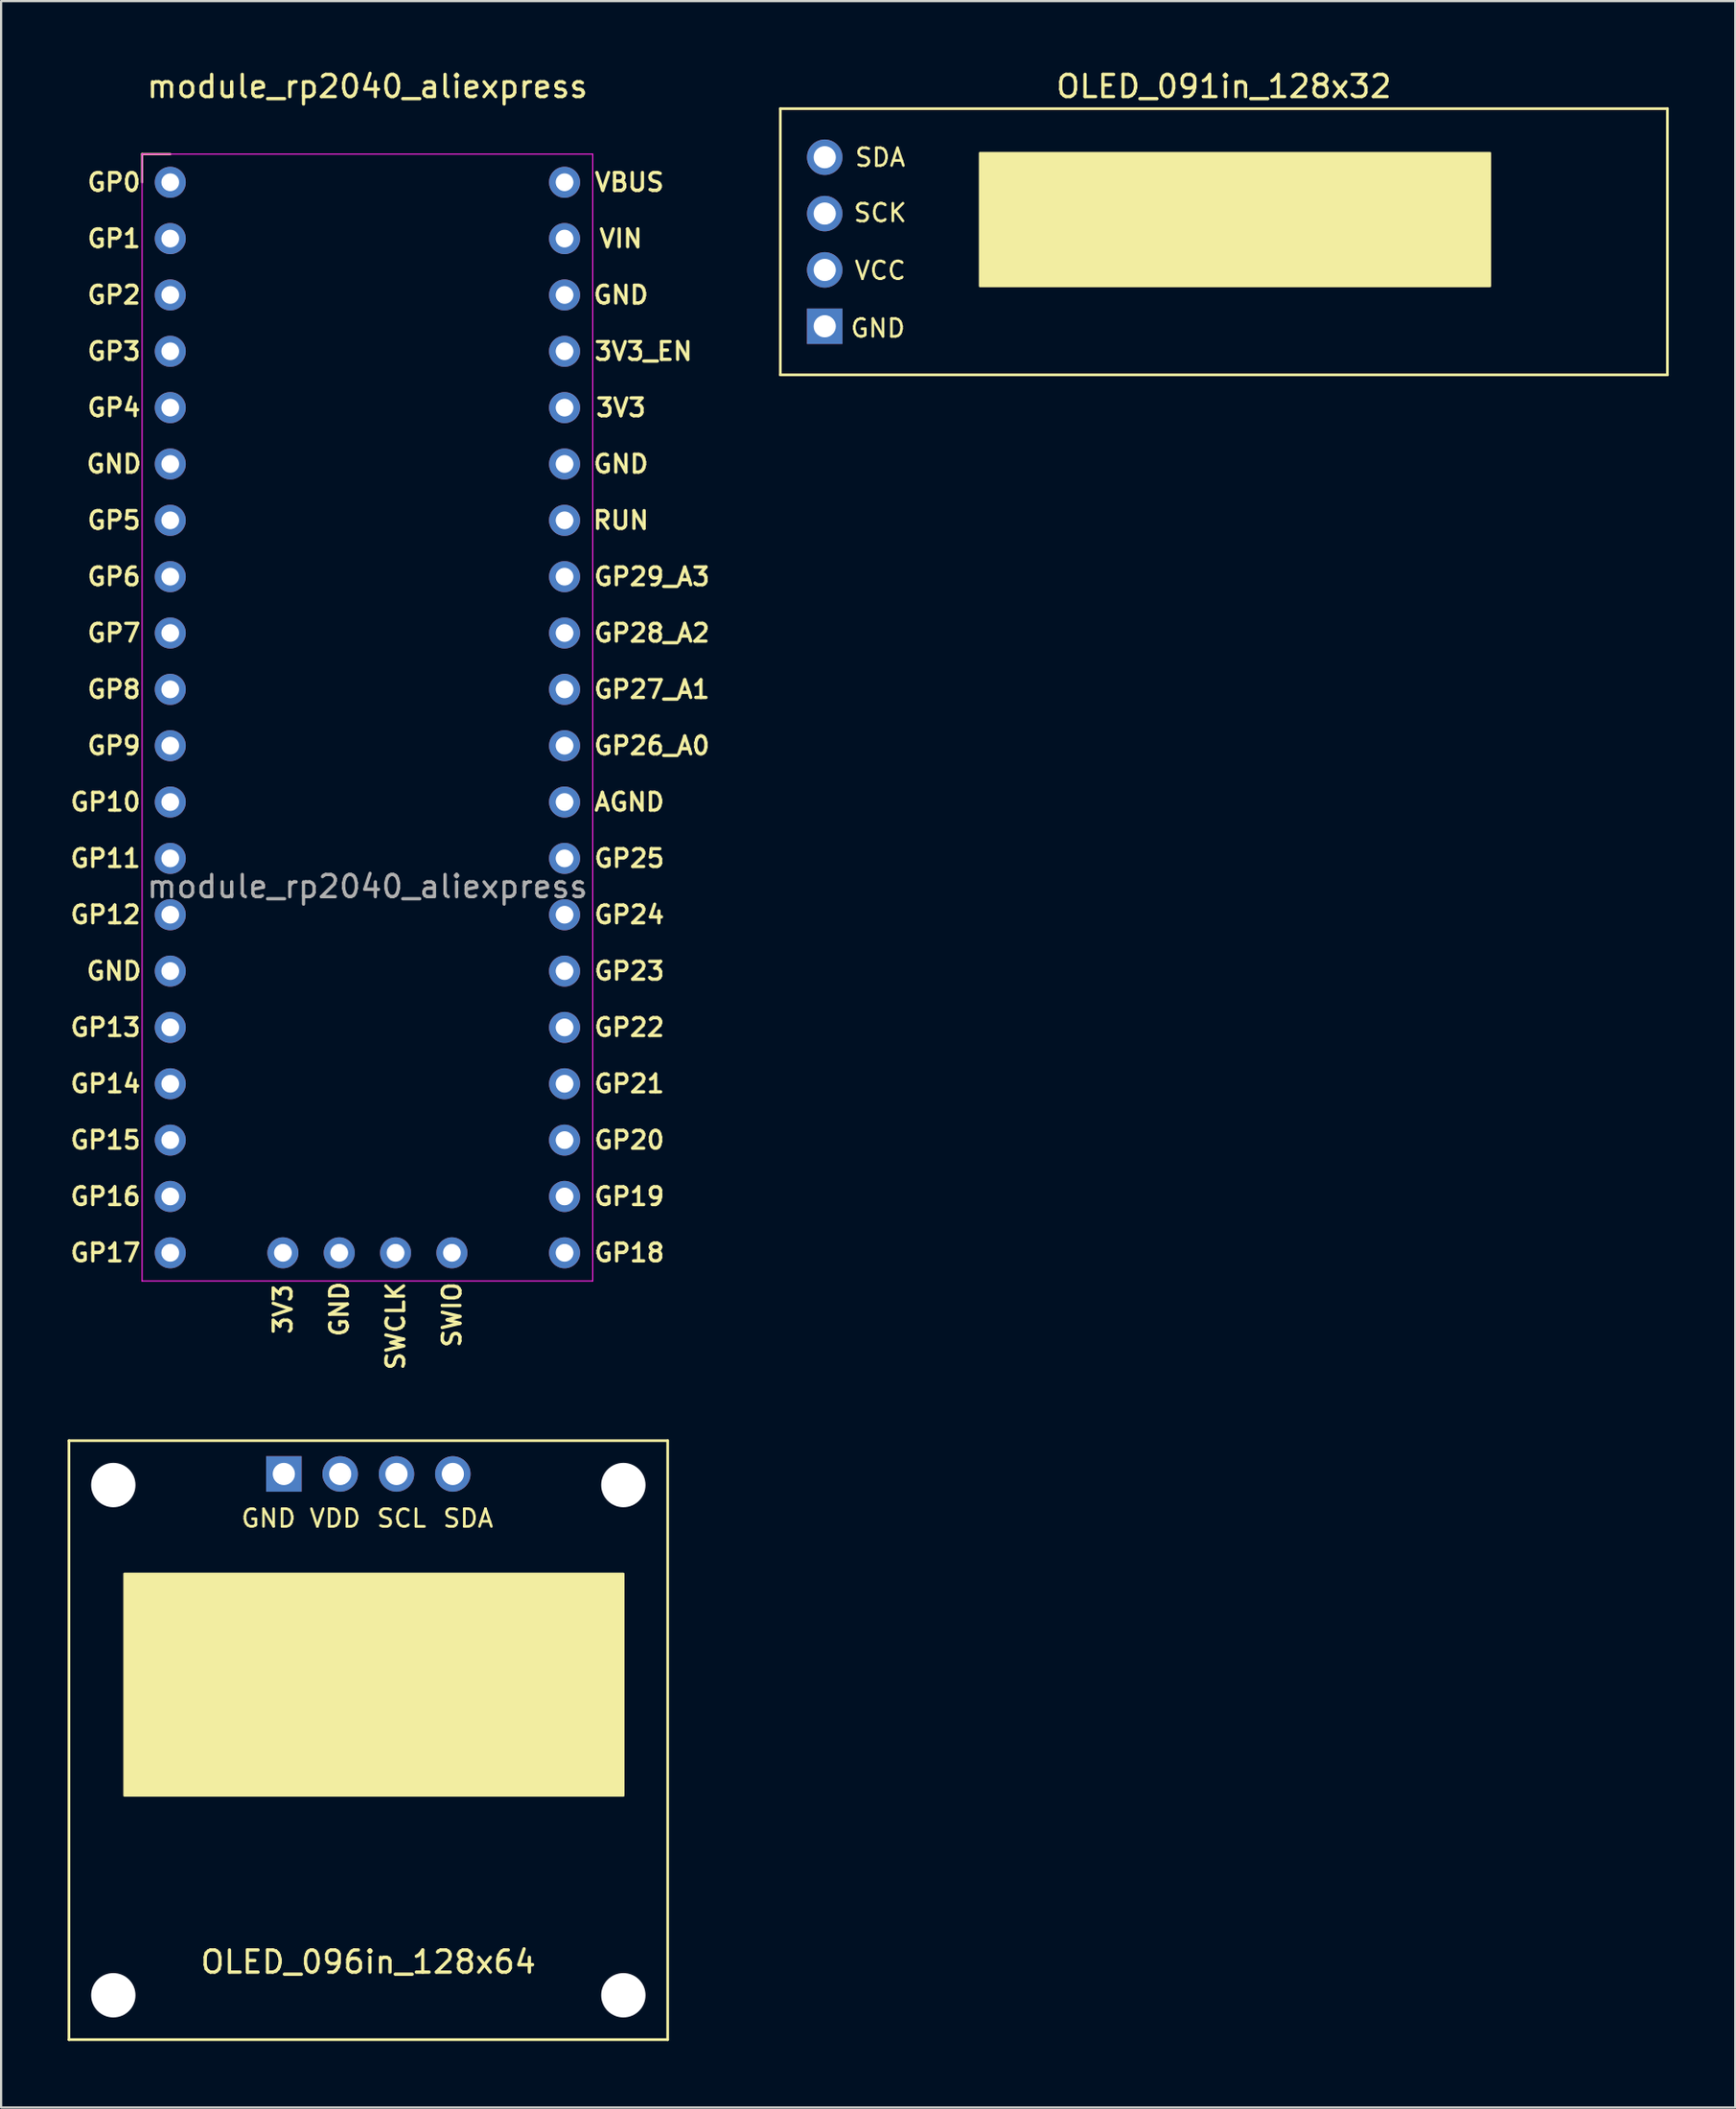
<source format=kicad_pcb>
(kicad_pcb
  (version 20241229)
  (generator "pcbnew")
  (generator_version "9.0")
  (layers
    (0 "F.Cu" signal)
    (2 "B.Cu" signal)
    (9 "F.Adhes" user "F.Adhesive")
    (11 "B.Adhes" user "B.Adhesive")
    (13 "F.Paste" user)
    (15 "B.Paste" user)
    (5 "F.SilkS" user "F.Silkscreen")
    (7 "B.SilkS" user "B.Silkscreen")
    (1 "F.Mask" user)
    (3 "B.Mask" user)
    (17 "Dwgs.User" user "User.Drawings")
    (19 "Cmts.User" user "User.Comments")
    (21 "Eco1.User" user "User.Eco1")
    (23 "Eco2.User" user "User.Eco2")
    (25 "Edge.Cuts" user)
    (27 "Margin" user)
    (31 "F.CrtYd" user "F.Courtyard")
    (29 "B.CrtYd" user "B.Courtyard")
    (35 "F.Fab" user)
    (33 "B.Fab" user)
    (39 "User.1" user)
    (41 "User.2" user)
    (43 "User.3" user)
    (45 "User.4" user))
  (footprint "OLED_091in_128x32"
    (layer "F.Cu")
    (at 52.14 7.848)
    (property "Reference" "OLED_091in_128x32" (at 0 -7 0) (layer "F.SilkS") (effects (font (size 1 1) (thickness 0.15))))
    (attr through_hole)
    (fp_line (start -20 -6) (end 20 -6) (stroke (width 0.12) (type solid)) (layer "F.SilkS"))
    (fp_line (start -20 6) (end -20 -6) (stroke (width 0.12) (type solid)) (layer "F.SilkS"))
    (fp_line (start 20 -6) (end 20 6) (stroke (width 0.12) (type solid)) (layer "F.SilkS"))
    (fp_line (start 20 6) (end -20 6) (stroke (width 0.12) (type solid)) (layer "F.SilkS"))
    (fp_poly (pts (xy 12 2) (xy -11 2) (xy -11 -4) (xy 12 -4)) (stroke (width 0.1) (type solid)) (fill yes) (layer "F.SilkS"))
    (fp_text user "SDA" (at -15.5 -3.8 0) (unlocked yes) (layer "F.SilkS") (effects (font (size 0.8 0.8) (thickness 0.12))))
    (fp_text user "GND" (at -15.6 3.9 0) (unlocked yes) (layer "F.SilkS") (effects (font (size 0.8 0.8) (thickness 0.12))))
    (fp_text user "SCK" (at -15.5 -1.3 0) (unlocked yes) (layer "F.SilkS") (effects (font (size 0.8 0.8) (thickness 0.12))))
    (fp_text user "VCC" (at -15.5 1.3 0) (unlocked yes) (layer "F.SilkS") (effects (font (size 0.8 0.8) (thickness 0.12))))
    (pad "1" thru_hole rect (at -18 3.81) (size 1.6 1.6) (drill 1) (layers "*.Cu" "*.Mask"))
    (pad "2" thru_hole circle (at -18 1.27) (size 1.6 1.6) (drill 1) (layers "*.Cu" "*.Mask"))
    (pad "3" thru_hole circle (at -18 -1.27) (size 1.6 1.6) (drill 1) (layers "*.Cu" "*.Mask"))
    (pad "4" thru_hole circle (at -18 -3.81) (size 1.6 1.6) (drill 1) (layers "*.Cu" "*.Mask")))
  (footprint "OLED_096in_128x64"
    (layer "F.Cu")
    (at 13.56 75.395)
    (property "Reference" "OLED_096in_128x64" (at 0 10 0) (layer "F.SilkS") (effects (font (size 1 1) (thickness 0.15))))
    (attr through_hole)
    (fp_line (start -13.5 -13.5) (end 13.5 -13.5) (stroke (width 0.12) (type solid)) (layer "F.SilkS"))
    (fp_line (start -13.5 13.5) (end -13.5 -13.5) (stroke (width 0.12) (type solid)) (layer "F.SilkS"))
    (fp_line (start 13.5 -13.5) (end 13.5 13.5) (stroke (width 0.12) (type solid)) (layer "F.SilkS"))
    (fp_line (start 13.5 13.5) (end -13.5 13.5) (stroke (width 0.12) (type solid)) (layer "F.SilkS"))
    (fp_poly (pts (xy 11.5 2.5) (xy -11 2.5) (xy -11 -7.5) (xy 11.5 -7.5)) (stroke (width 0.1) (type solid)) (fill yes) (layer "F.SilkS"))
    (fp_text user "SCL" (at 1.5 -10 0) (layer "F.SilkS") (effects (font (size 0.8 0.8) (thickness 0.12))))
    (fp_text user "GND" (at -4.5 -10 180) (layer "F.SilkS") (effects (font (size 0.8 0.8) (thickness 0.12))))
    (fp_text user "SDA" (at 4.5 -10 0) (layer "F.SilkS") (effects (font (size 0.8 0.8) (thickness 0.12))))
    (fp_text user "VDD" (at -1.5 -10 0) (layer "F.SilkS") (effects (font (size 0.8 0.8) (thickness 0.12))))
    (pad "" np_thru_hole circle (at -11.5 -11.5 90) (size 2 2) (drill 2) (layers "*.Cu" "*.Mask"))
    (pad "" np_thru_hole circle (at -11.5 11.5 90) (size 2 2) (drill 2) (layers "*.Cu" "*.Mask"))
    (pad "" np_thru_hole circle (at 11.5 -11.5 90) (size 2 2) (drill 2) (layers "*.Cu" "*.Mask"))
    (pad "" np_thru_hole circle (at 11.5 11.5 90) (size 2 2) (drill 2) (layers "*.Cu" "*.Mask"))
    (pad "1" thru_hole rect (at -3.81 -12 90) (size 1.6 1.6) (drill 1) (layers "*.Cu" "*.Mask"))
    (pad "2" thru_hole circle (at -1.27 -12 90) (size 1.6 1.6) (drill 1) (layers "*.Cu" "*.Mask"))
    (pad "3" thru_hole circle (at 1.27 -12 90) (size 1.6 1.6) (drill 1) (layers "*.Cu" "*.Mask"))
    (pad "4" thru_hole circle (at 3.81 -12 90) (size 1.6 1.6) (drill 1) (layers "*.Cu" "*.Mask")))
  (footprint "module_rp2040_aliexpress"
    (layer "F.Cu")
    (at 13.518 24.216)
    (property "Reference" "module_rp2040_aliexpress" (at 0 -23.368 0) (unlocked yes) (layer "F.SilkS") (effects (font (size 1 1) (thickness 0.15))))
    (attr through_hole)
    (fp_line (start -10.16 -20.32) (end -10.16 -19.05) (stroke (width 0.1) (type default)) (layer "F.SilkS"))
    (fp_line (start -8.89 -20.32) (end -10.16 -20.32) (stroke (width 0.1) (type default)) (layer "F.SilkS"))
    (fp_line (start -10.16 -23.05) (end 10.16 -23.05) (stroke (width 0.1) (type default)) (layer "Eco1.User"))
    (fp_line (start -10.16 30.48) (end -10.16 -23.05) (stroke (width 0.1) (type default)) (layer "Eco1.User"))
    (fp_line (start -10.16 30.48) (end 10.16 30.48) (stroke (width 0.1) (type default)) (layer "Eco1.User"))
    (fp_line (start -4.5 -23.05) (end -4.5 -17.78) (stroke (width 0.1) (type default)) (layer "Eco1.User"))
    (fp_line (start -4.5 -17.78) (end 4.5 -17.78) (stroke (width 0.1) (type default)) (layer "Eco1.User"))
    (fp_line (start 4.5 -17.78) (end 4.5 -23.05) (stroke (width 0.1) (type default)) (layer "Eco1.User"))
    (fp_line (start 10.16 30.48) (end 10.16 -23.05) (stroke (width 0.1) (type default)) (layer "Eco1.User"))
    (fp_line (start -10.16 -20.32) (end -10.16 30.48) (stroke (width 0.05) (type default)) (layer "F.CrtYd"))
    (fp_line (start -10.16 30.48) (end 10.16 30.48) (stroke (width 0.05) (type default)) (layer "F.CrtYd"))
    (fp_line (start 10.16 -20.32) (end -10.16 -20.32) (stroke (width 0.05) (type default)) (layer "F.CrtYd"))
    (fp_line (start 10.16 30.48) (end 10.16 -20.32) (stroke (width 0.05) (type default)) (layer "F.CrtYd"))
    (fp_text user "GP25" (at 11.811 11.43 0) (unlocked yes) (layer "F.SilkS") (effects (font (size 0.8 0.8) (thickness 0.15))))
    (fp_text user "GND" (at -11.43 -6.35 0) (unlocked yes) (layer "F.SilkS") (effects (font (size 0.8 0.8) (thickness 0.15))))
    (fp_text user "3V3" (at 11.43 -8.89 0) (unlocked yes) (layer "F.SilkS") (effects (font (size 0.8 0.8) (thickness 0.15))))
    (fp_text user "3V3_EN" (at 12.446 -11.43 0) (unlocked yes) (layer "F.SilkS") (effects (font (size 0.8 0.8) (thickness 0.15))))
    (fp_text user "GP15" (at -11.811 24.13 0) (unlocked yes) (layer "F.SilkS") (effects (font (size 0.8 0.8) (thickness 0.15))))
    (fp_text user "RUN" (at 11.43 -3.81 0) (unlocked yes) (layer "F.SilkS") (effects (font (size 0.8 0.8) (thickness 0.15))))
    (fp_text user "GP21" (at 11.811 21.59 0) (unlocked yes) (layer "F.SilkS") (effects (font (size 0.8 0.8) (thickness 0.15))))
    (fp_text user "GP24" (at 11.811 13.97 0) (unlocked yes) (layer "F.SilkS") (effects (font (size 0.8 0.8) (thickness 0.15))))
    (fp_text user "GP4" (at -11.43 -8.89 0) (unlocked yes) (layer "F.SilkS") (effects (font (size 0.8 0.8) (thickness 0.15))))
    (fp_text user "GP26_A0" (at 12.827 6.35 0) (unlocked yes) (layer "F.SilkS") (effects (font (size 0.8 0.8) (thickness 0.15))))
    (fp_text user "GP14" (at -11.811 21.59 0) (unlocked yes) (layer "F.SilkS") (effects (font (size 0.8 0.8) (thickness 0.15))))
    (fp_text user "GP9" (at -11.43 6.35 0) (unlocked yes) (layer "F.SilkS") (effects (font (size 0.8 0.8) (thickness 0.15))))
    (fp_text user "GND" (at 11.43 -6.35 0) (unlocked yes) (layer "F.SilkS") (effects (font (size 0.8 0.8) (thickness 0.15))))
    (fp_text user "GP3" (at -11.43 -11.43 0) (unlocked yes) (layer "F.SilkS") (effects (font (size 0.8 0.8) (thickness 0.15))))
    (fp_text user "GP17" (at -11.811 29.21 0) (unlocked yes) (layer "F.SilkS") (effects (font (size 0.8 0.8) (thickness 0.15))))
    (fp_text user "VIN" (at 11.43 -16.51 0) (unlocked yes) (layer "F.SilkS") (effects (font (size 0.8 0.8) (thickness 0.15))))
    (fp_text user "GP11" (at -11.811 11.43 0) (unlocked yes) (layer "F.SilkS") (effects (font (size 0.8 0.8) (thickness 0.15))))
    (fp_text user "GP0" (at -11.43 -19.05 0) (unlocked yes) (layer "F.SilkS") (effects (font (size 0.8 0.8) (thickness 0.15))))
    (fp_text user "GP8" (at -11.43 3.81 0) (unlocked yes) (layer "F.SilkS") (effects (font (size 0.8 0.8) (thickness 0.15))))
    (fp_text user "SWCLK" (at 1.27 32.512 90) (unlocked yes) (layer "F.SilkS") (effects (font (size 0.8 0.8) (thickness 0.15))))
    (fp_text user "GP29_A3" (at 12.827 -1.27 0) (unlocked yes) (layer "F.SilkS") (effects (font (size 0.8 0.8) (thickness 0.15))))
    (fp_text user "GP18" (at 11.811 29.21 0) (unlocked yes) (layer "F.SilkS") (effects (font (size 0.8 0.8) (thickness 0.15))))
    (fp_text user "GP12" (at -11.811 13.97 0) (unlocked yes) (layer "F.SilkS") (effects (font (size 0.8 0.8) (thickness 0.15))))
    (fp_text user "GP16" (at -11.811 26.67 0) (unlocked yes) (layer "F.SilkS") (effects (font (size 0.8 0.8) (thickness 0.15))))
    (fp_text user "GP1" (at -11.43 -16.51 0) (unlocked yes) (layer "F.SilkS") (effects (font (size 0.8 0.8) (thickness 0.15))))
    (fp_text user "GP6" (at -11.43 -1.27 0) (unlocked yes) (layer "F.SilkS") (effects (font (size 0.8 0.8) (thickness 0.15))))
    (fp_text user "GP22" (at 11.811 19.05 0) (unlocked yes) (layer "F.SilkS") (effects (font (size 0.8 0.8) (thickness 0.15))))
    (fp_text user "VBUS" (at 11.811 -19.05 0) (unlocked yes) (layer "F.SilkS") (effects (font (size 0.8 0.8) (thickness 0.15))))
    (fp_text user "GP10" (at -11.811 8.89 0) (unlocked yes) (layer "F.SilkS") (effects (font (size 0.8 0.8) (thickness 0.15))))
    (fp_text user "3V3" (at -3.81 31.75 90) (unlocked yes) (layer "F.SilkS") (effects (font (size 0.8 0.8) (thickness 0.15))))
    (fp_text user "GP28_A2" (at 12.827 1.27 0) (unlocked yes) (layer "F.SilkS") (effects (font (size 0.8 0.8) (thickness 0.15))))
    (fp_text user "GP20" (at 11.811 24.13 0) (unlocked yes) (layer "F.SilkS") (effects (font (size 0.8 0.8) (thickness 0.15))))
    (fp_text user "GP19" (at 11.811 26.67 0) (unlocked yes) (layer "F.SilkS") (effects (font (size 0.8 0.8) (thickness 0.15))))
    (fp_text user "SWIO" (at 3.81 32.004 90) (unlocked yes) (layer "F.SilkS") (effects (font (size 0.8 0.8) (thickness 0.15))))
    (fp_text user "GND" (at -11.43 16.51 0) (unlocked yes) (layer "F.SilkS") (effects (font (size 0.8 0.8) (thickness 0.15))))
    (fp_text user "GP5" (at -11.43 -3.81 0) (unlocked yes) (layer "F.SilkS") (effects (font (size 0.8 0.8) (thickness 0.15))))
    (fp_text user "GP27_A1" (at 12.827 3.81 0) (unlocked yes) (layer "F.SilkS") (effects (font (size 0.8 0.8) (thickness 0.15))))
    (fp_text user "GP2" (at -11.43 -13.97 0) (unlocked yes) (layer "F.SilkS") (effects (font (size 0.8 0.8) (thickness 0.15))))
    (fp_text user "GP23" (at 11.811 16.51 0) (unlocked yes) (layer "F.SilkS") (effects (font (size 0.8 0.8) (thickness 0.15))))
    (fp_text user "AGND" (at 11.811 8.89 0) (unlocked yes) (layer "F.SilkS") (effects (font (size 0.8 0.8) (thickness 0.15))))
    (fp_text user "GND" (at -1.27 31.75 90) (unlocked yes) (layer "F.SilkS") (effects (font (size 0.8 0.8) (thickness 0.15))))
    (fp_text user "GP13" (at -11.811 19.05 0) (unlocked yes) (layer "F.SilkS") (effects (font (size 0.8 0.8) (thickness 0.15))))
    (fp_text user "GND" (at 11.43 -13.97 0) (unlocked yes) (layer "F.SilkS") (effects (font (size 0.8 0.8) (thickness 0.15))))
    (fp_text user "GP7" (at -11.43 1.27 0) (unlocked yes) (layer "F.SilkS") (effects (font (size 0.8 0.8) (thickness 0.15))))
    (fp_text user "USB-C" (at 0 -21.59 0) (unlocked yes) (layer "Eco1.User") (effects (font (size 1 1) (thickness 0.15))))
    (fp_text user "${REFERENCE}" (at 0 12.7 0) (unlocked yes) (layer "F.Fab") (effects (font (size 1 1) (thickness 0.15))))
    (pad "1" thru_hole circle (at -8.89 -19.05) (size 1.4 1.4) (drill 0.8) (layers "*.Cu" "*.Mask"))
    (pad "2" thru_hole circle (at -8.89 -16.51) (size 1.4 1.4) (drill 0.8) (layers "*.Cu" "*.Mask"))
    (pad "3" thru_hole circle (at -8.89 -13.97) (size 1.4 1.4) (drill 0.8) (layers "*.Cu" "*.Mask"))
    (pad "4" thru_hole circle (at -8.89 -11.43) (size 1.4 1.4) (drill 0.8) (layers "*.Cu" "*.Mask"))
    (pad "5" thru_hole circle (at -8.89 -8.89) (size 1.4 1.4) (drill 0.8) (layers "*.Cu" "*.Mask"))
    (pad "6" thru_hole circle (at -8.89 -6.35) (size 1.4 1.4) (drill 0.8) (layers "*.Cu" "*.Mask"))
    (pad "7" thru_hole circle (at -8.89 -3.81) (size 1.4 1.4) (drill 0.8) (layers "*.Cu" "*.Mask"))
    (pad "8" thru_hole circle (at -8.89 -1.27) (size 1.4 1.4) (drill 0.8) (layers "*.Cu" "*.Mask"))
    (pad "9" thru_hole circle (at -8.89 1.27) (size 1.4 1.4) (drill 0.8) (layers "*.Cu" "*.Mask"))
    (pad "10" thru_hole circle (at -8.89 3.81) (size 1.4 1.4) (drill 0.8) (layers "*.Cu" "*.Mask"))
    (pad "11" thru_hole circle (at -8.89 6.35) (size 1.4 1.4) (drill 0.8) (layers "*.Cu" "*.Mask"))
    (pad "12" thru_hole circle (at -8.89 8.89) (size 1.4 1.4) (drill 0.8) (layers "*.Cu" "*.Mask"))
    (pad "13" thru_hole circle (at -8.89 11.43) (size 1.4 1.4) (drill 0.8) (layers "*.Cu" "*.Mask"))
    (pad "14" thru_hole circle (at -8.89 13.97) (size 1.4 1.4) (drill 0.8) (layers "*.Cu" "*.Mask"))
    (pad "15" thru_hole circle (at -8.89 16.51) (size 1.4 1.4) (drill 0.8) (layers "*.Cu" "*.Mask"))
    (pad "16" thru_hole circle (at -8.89 19.05) (size 1.4 1.4) (drill 0.8) (layers "*.Cu" "*.Mask"))
    (pad "17" thru_hole circle (at -8.89 21.59) (size 1.4 1.4) (drill 0.8) (layers "*.Cu" "*.Mask"))
    (pad "18" thru_hole circle (at -8.89 24.13) (size 1.4 1.4) (drill 0.8) (layers "*.Cu" "*.Mask"))
    (pad "19" thru_hole circle (at -8.89 26.67) (size 1.4 1.4) (drill 0.8) (layers "*.Cu" "*.Mask"))
    (pad "20" thru_hole circle (at -8.89 29.21) (size 1.4 1.4) (drill 0.8) (layers "*.Cu" "*.Mask"))
    (pad "21" thru_hole circle (at 8.89 29.21) (size 1.4 1.4) (drill 0.8) (layers "*.Cu" "*.Mask"))
    (pad "22" thru_hole circle (at 8.89 26.67) (size 1.4 1.4) (drill 0.8) (layers "*.Cu" "*.Mask"))
    (pad "23" thru_hole circle (at 8.89 24.13) (size 1.4 1.4) (drill 0.8) (layers "*.Cu" "*.Mask"))
    (pad "24" thru_hole circle (at 8.89 21.59) (size 1.4 1.4) (drill 0.8) (layers "*.Cu" "*.Mask"))
    (pad "25" thru_hole circle (at 8.89 19.05) (size 1.4 1.4) (drill 0.8) (layers "*.Cu" "*.Mask"))
    (pad "26" thru_hole circle (at 8.89 16.51) (size 1.4 1.4) (drill 0.8) (layers "*.Cu" "*.Mask"))
    (pad "27" thru_hole circle (at 8.89 13.97) (size 1.4 1.4) (drill 0.8) (layers "*.Cu" "*.Mask"))
    (pad "28" thru_hole circle (at 8.89 11.43) (size 1.4 1.4) (drill 0.8) (layers "*.Cu" "*.Mask"))
    (pad "29" thru_hole circle (at 8.89 8.89) (size 1.4 1.4) (drill 0.8) (layers "*.Cu" "*.Mask"))
    (pad "30" thru_hole circle (at 8.89 6.35) (size 1.4 1.4) (drill 0.8) (layers "*.Cu" "*.Mask"))
    (pad "31" thru_hole circle (at 8.89 3.81) (size 1.4 1.4) (drill 0.8) (layers "*.Cu" "*.Mask"))
    (pad "32" thru_hole circle (at 8.89 1.27) (size 1.4 1.4) (drill 0.8) (layers "*.Cu" "*.Mask"))
    (pad "33" thru_hole circle (at 8.89 -1.27) (size 1.4 1.4) (drill 0.8) (layers "*.Cu" "*.Mask"))
    (pad "34" thru_hole circle (at 8.89 -3.81) (size 1.4 1.4) (drill 0.8) (layers "*.Cu" "*.Mask"))
    (pad "35" thru_hole circle (at 8.89 -6.35) (size 1.4 1.4) (drill 0.8) (layers "*.Cu" "*.Mask"))
    (pad "36" thru_hole circle (at 8.89 -8.89) (size 1.4 1.4) (drill 0.8) (layers "*.Cu" "*.Mask"))
    (pad "37" thru_hole circle (at 8.89 -11.43) (size 1.4 1.4) (drill 0.8) (layers "*.Cu" "*.Mask"))
    (pad "38" thru_hole circle (at 8.89 -13.97) (size 1.4 1.4) (drill 0.8) (layers "*.Cu" "*.Mask"))
    (pad "39" thru_hole circle (at 8.89 -16.51) (size 1.4 1.4) (drill 0.8) (layers "*.Cu" "*.Mask"))
    (pad "40" thru_hole circle (at 8.89 -19.05) (size 1.4 1.4) (drill 0.8) (layers "*.Cu" "*.Mask"))
    (pad "41" thru_hole circle (at -3.81 29.21) (size 1.4 1.4) (drill 0.8) (layers "*.Cu" "*.Mask"))
    (pad "42" thru_hole circle (at -1.27 29.21) (size 1.4 1.4) (drill 0.8) (layers "*.Cu" "*.Mask"))
    (pad "43" thru_hole circle (at 1.27 29.21) (size 1.4 1.4) (drill 0.8) (layers "*.Cu" "*.Mask"))
    (pad "44" thru_hole circle (at 3.81 29.21) (size 1.4 1.4) (drill 0.8) (layers "*.Cu" "*.Mask")))
  (gr_rect
    (start -3 -3)
    (end 75.2 91.955)
    (stroke (width 0.1) (type default))
    (fill no)
    (layer "Edge.Cuts")))
</source>
